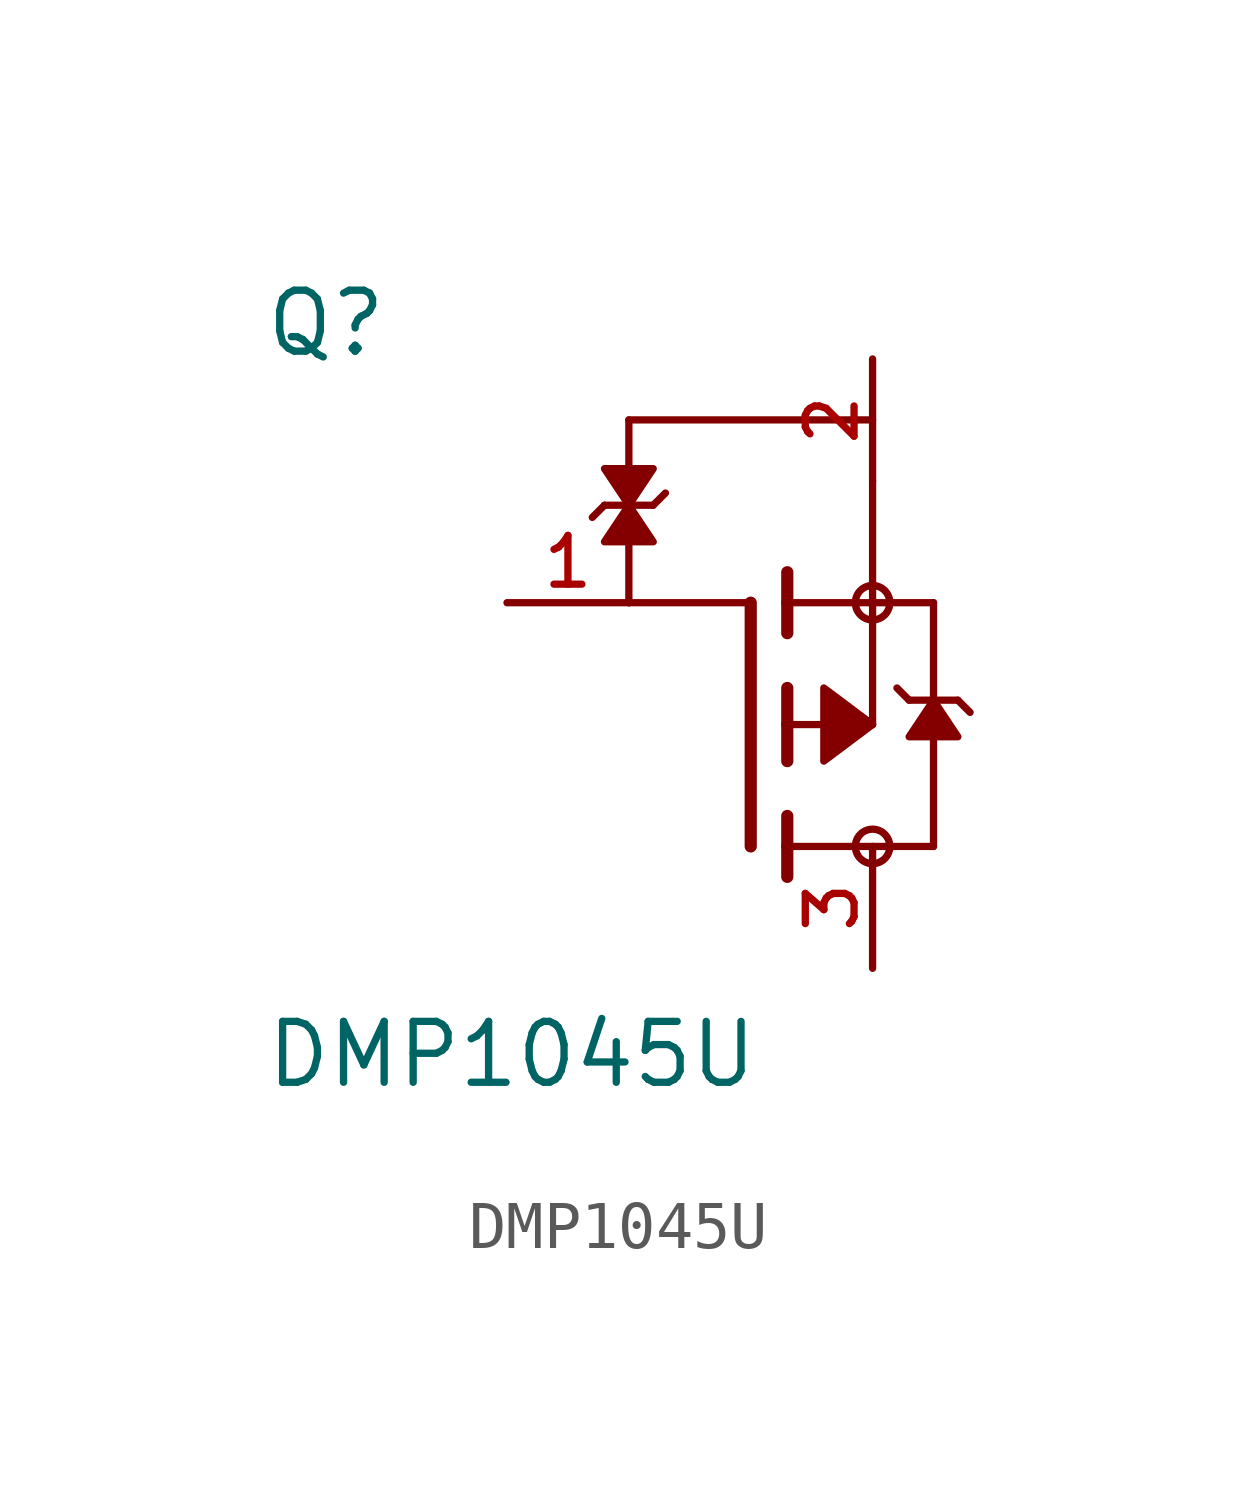
<source format=kicad_sym>
(kicad_symbol_lib
  (version 20211014)
  (generator kicad_symbol_editor)
  (symbol "DMP1045U"
    (pin_names
      (offset 1.016))
    (property "Reference" "Q"
      (at -10.16 7.62 0)
      (effects (font (size 1.27 1.27)) (justify bottom left)))
    (property "Value" "DMP1045U"
      (at -10.16 -7.62 0)
      (effects (font (size 1.27 1.27)) (justify bottom left)))
    (symbol "DMP1045U_0_0"
      (polyline (pts (xy 0.762 -0.762) (xy 0.762 0.0)) (stroke (width 0.254)))
      (polyline (pts (xy 0.762 0.0) (xy 0.762 0.762)) (stroke (width 0.254)))
      (polyline (pts (xy 0.762 -3.175) (xy 0.762 -2.54)) (stroke (width 0.254)))
      (polyline (pts (xy 0.762 -2.54) (xy 0.762 -1.905)) (stroke (width 0.254)))
      (polyline (pts (xy 0.762 0.0) (xy 2.54 0.0)) (stroke (width 0.152)))
      (polyline (pts (xy 2.54 0.0) (xy 2.54 2.54)) (stroke (width 0.152)))
      (polyline (pts (xy 0.762 1.905) (xy 0.762 2.54)) (stroke (width 0.254)))
      (polyline (pts (xy 0.762 2.54) (xy 0.762 3.175)) (stroke (width 0.254)))
      (polyline (pts (xy 0.0 -2.54) (xy 0.0 2.54)) (stroke (width 0.254)))
      (polyline (pts (xy 2.54 2.54) (xy 0.762 2.54)) (stroke (width 0.152)))
      (polyline (pts (xy 3.81 -2.54) (xy 3.81 0.508)) (stroke (width 0.152)))
      (polyline (pts (xy 3.81 0.508) (xy 3.81 2.54)) (stroke (width 0.152)))
      (polyline (pts (xy 2.54 2.54) (xy 3.81 2.54)) (stroke (width 0.152)))
      (polyline (pts (xy 0.762 -2.54) (xy 3.81 -2.54)) (stroke (width 0.152)))
      (polyline (pts (xy 3.048 0.762) (xy 3.302 0.508)) (stroke (width 0.152)))
      (polyline (pts (xy 3.302 0.508) (xy 3.81 0.508)) (stroke (width 0.152)))
      (polyline (pts (xy 3.81 0.508) (xy 4.318 0.508)) (stroke (width 0.152)))
      (polyline (pts (xy 4.318 0.508) (xy 4.572 0.254)) (stroke (width 0.152)))
      (circle (center 2.54 2.54) (radius 0.359) (stroke (width 0.0)) (fill (type none)))
      (circle (center 2.54 -2.54) (radius 0.359) (stroke (width 0.0)) (fill (type none)))
      (polyline (pts (xy 3.81 0.508) (xy 4.318 -0.254) (xy 3.302 -0.254) (xy 3.81 0.508)) (stroke (width 0.152)) (fill (type outline)))
      (polyline (pts (xy 2.54 0.0) (xy 1.524 0.762) (xy 1.524 -0.762) (xy 2.54 0.0)) (stroke (width 0.152)) (fill (type outline)))
      (polyline (pts (xy -2.54 2.54) (xy -2.54 4.572)) (stroke (width 0.152)))
      (polyline (pts (xy -1.778 4.826) (xy -2.032 4.572)) (stroke (width 0.152)))
      (polyline (pts (xy -2.032 4.572) (xy -2.54 4.572)) (stroke (width 0.152)))
      (polyline (pts (xy -2.54 4.572) (xy -3.048 4.572)) (stroke (width 0.152)))
      (polyline (pts (xy -3.048 4.572) (xy -3.302 4.318)) (stroke (width 0.152)))
      (polyline (pts (xy -2.54 4.572) (xy -3.048 5.334) (xy -2.032 5.334) (xy -2.54 4.572)) (stroke (width 0.152)) (fill (type outline)))
      (polyline (pts (xy -2.54 6.35) (xy -2.54 5.334)) (stroke (width 0.152)))
      (polyline (pts (xy -2.54 6.35) (xy 2.54 6.35)) (stroke (width 0.152)))
      (polyline (pts (xy -2.54 2.54) (xy 0.0 2.54)) (stroke (width 0.152)))
      (polyline (pts (xy 2.54 2.54) (xy 2.54 5.08)) (stroke (width 0.152)))
      (polyline (pts (xy -2.54 4.572) (xy -2.032 3.81) (xy -3.048 3.81) (xy -2.54 4.572)) (stroke (width 0.152)) (fill (type outline)))
      (pin passive line (at 2.54 7.62 270.0) (length 2.54) (name "~" (effects (font (size 1.016 1.016)))) (number "2" (effects (font (size 1.016 1.016)))))
      (pin passive line (at -5.08 2.54 0) (length 2.54) (name "~" (effects (font (size 1.016 1.016)))) (number "1" (effects (font (size 1.016 1.016)))))
      (pin passive line (at 2.54 -5.08 90.0) (length 2.54) (name "~" (effects (font (size 1.016 1.016)))) (number "3" (effects (font (size 1.016 1.016))))))))
</source>
